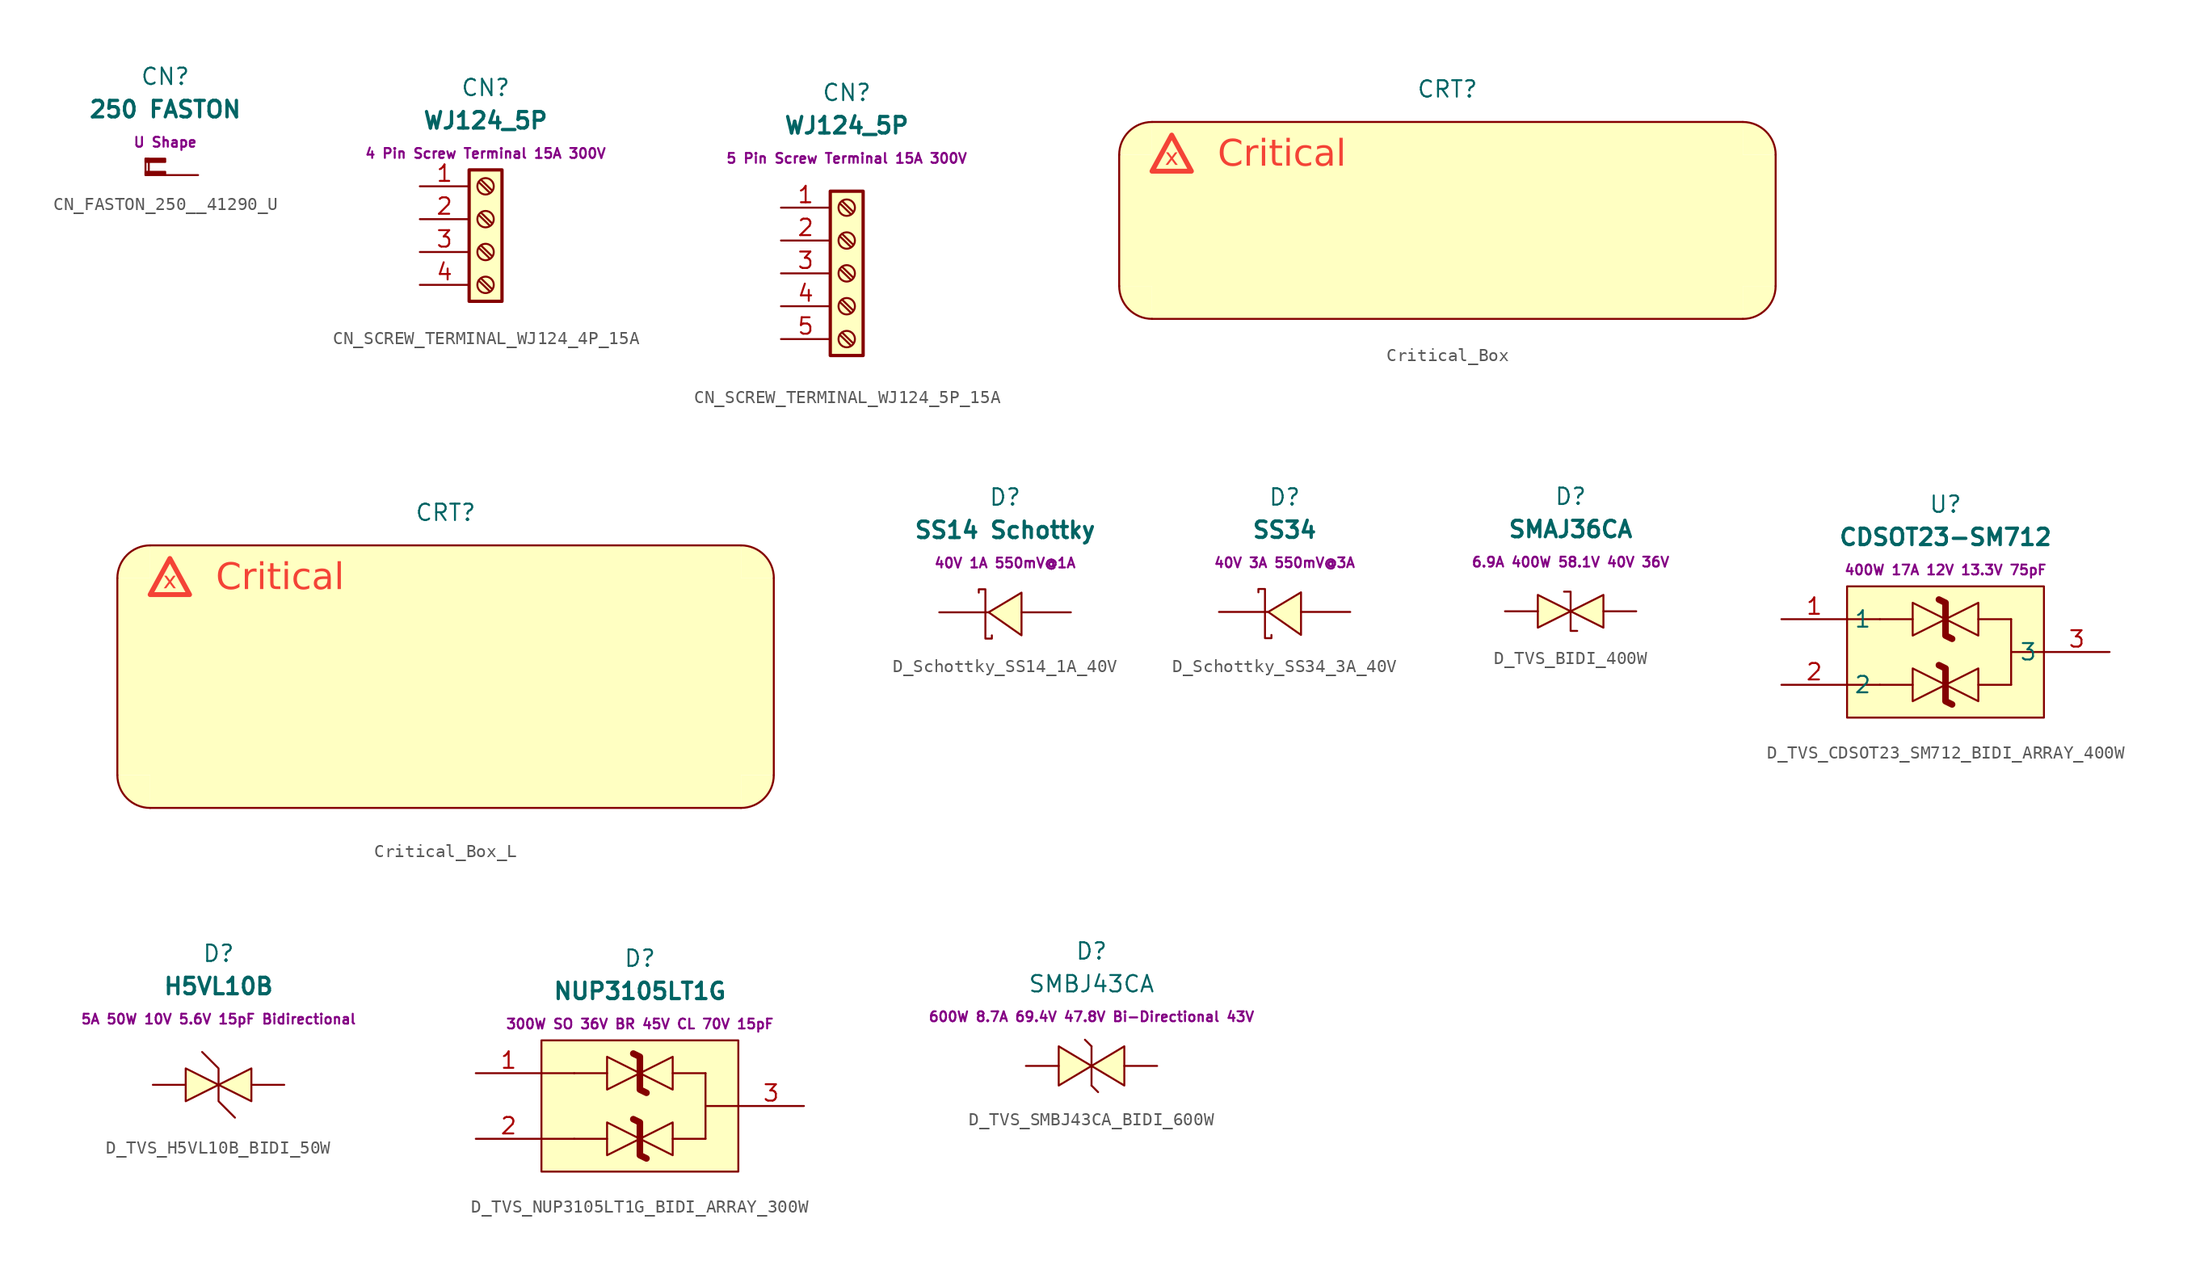
<source format=kicad_sym>
(kicad_symbol_lib
  (version 20231120)
  (generator "kicad_symbol_editor")
  (generator_version "8.0")
  (symbol "CN_FASTON_250__41290_U"
    (pin_numbers hide)
    (pin_names hide)
    (property "Reference" "CN"
      (at 0 7.62 0)
      (effects (font (size 1.27 1.27))))
    (property "Value" "250 FASTON"
      (at 0 5.08 0)
      (effects (font (size 1.27 1.27) (bold yes))))
    (property "Extra Values" "U Shape"
      (at 0 2.54 0)
      (effects (font (size 0.762 0.762) (bold yes))))
    (symbol "CN_FASTON_250__41290_U_1_1"
      (rectangle (start -1.524 0.254) (end 0 0) (stroke (width 0) (type default)) (fill (type outline)))
      (rectangle (start -1.524 1.27) (end -1.27 0) (stroke (width 0) (type default)) (fill (type none)))
      (rectangle (start -1.524 1.27) (end 0 1.016) (stroke (width 0) (type default)) (fill (type outline)))
      (pin passive line (at 2.54 0 180) (length 2.54) (name "1" (effects (font (size 1.27 1.27)))) (number "1" (effects (font (size 1.27 1.27)))))))
  (symbol "CN_SCREW_TERMINAL_WJ124_4P_15A"
    (pin_names hide)
    (property "Reference" "CN"
      (at 0 12.7 0)
      (effects (font (size 1.27 1.27))))
    (property "Value" "WJ124_5P"
      (at 0 10.16 0)
      (effects (font (size 1.27 1.27) (bold yes))))
    (property "Extra Values" "4 Pin Screw Terminal 15A 300V"
      (at 0 7.62 0)
      (effects (font (size 0.762 0.762) (bold yes))))
    (symbol "CN_SCREW_TERMINAL_WJ124_4P_15A_1_1"
      (rectangle (start -1.27 6.35) (end 1.27 -3.81) (stroke (width 0.254) (type default)) (fill (type background)))
      (circle (center 0 -2.54) (radius 0.635) (stroke (width 0.152) (type default)) (fill (type none)))
      (polyline (pts (xy -0.533 -2.21) (xy 0.33 -3.048)) (stroke (width 0.152) (type default)) (fill (type none)))
      (polyline (pts (xy -0.533 0.33) (xy 0.33 -0.508)) (stroke (width 0.152) (type default)) (fill (type none)))
      (polyline (pts (xy -0.533 2.87) (xy 0.33 2.032)) (stroke (width 0.152) (type default)) (fill (type none)))
      (polyline (pts (xy -0.533 5.41) (xy 0.33 4.572)) (stroke (width 0.152) (type default)) (fill (type none)))
      (polyline (pts (xy -0.356 -2.032) (xy 0.508 -2.87)) (stroke (width 0.152) (type default)) (fill (type none)))
      (polyline (pts (xy -0.356 0.508) (xy 0.508 -0.33)) (stroke (width 0.152) (type default)) (fill (type none)))
      (polyline (pts (xy -0.356 3.048) (xy 0.508 2.21)) (stroke (width 0.152) (type default)) (fill (type none)))
      (polyline (pts (xy -0.356 5.588) (xy 0.508 4.75)) (stroke (width 0.152) (type default)) (fill (type none)))
      (circle (center 0 0) (radius 0.635) (stroke (width 0.152) (type default)) (fill (type none)))
      (circle (center 0 2.54) (radius 0.635) (stroke (width 0.152) (type default)) (fill (type none)))
      (circle (center 0 5.08) (radius 0.635) (stroke (width 0.152) (type default)) (fill (type none)))
      (pin passive line (at -5.08 5.08 0) (length 3.81) (name "Pin_1" (effects (font (size 1.27 1.27)))) (number "1" (effects (font (size 1.27 1.27)))))
      (pin passive line (at -5.08 2.54 0) (length 3.81) (name "Pin_2" (effects (font (size 1.27 1.27)))) (number "2" (effects (font (size 1.27 1.27)))))
      (pin passive line (at -5.08 0 0) (length 3.81) (name "Pin_3" (effects (font (size 1.27 1.27)))) (number "3" (effects (font (size 1.27 1.27)))))
      (pin passive line (at -5.08 -2.54 0) (length 3.81) (name "Pin_4" (effects (font (size 1.27 1.27)))) (number "4" (effects (font (size 1.27 1.27)))))))
  (symbol "CN_SCREW_TERMINAL_WJ124_5P_15A"
    (pin_names hide)
    (property "Reference" "CN"
      (at 0 13.97 0)
      (effects (font (size 1.27 1.27))))
    (property "Value" "WJ124_5P"
      (at 0 11.43 0)
      (effects (font (size 1.27 1.27) (bold yes))))
    (property "Extra Values" "5 Pin Screw Terminal 15A 300V"
      (at 0 8.89 0)
      (effects (font (size 0.762 0.762) (bold yes))))
    (symbol "CN_SCREW_TERMINAL_WJ124_5P_15A_1_1"
      (rectangle (start -1.27 6.35) (end 1.27 -6.35) (stroke (width 0.254) (type default)) (fill (type background)))
      (circle (center 0 -5.08) (radius 0.635) (stroke (width 0.152) (type default)) (fill (type none)))
      (circle (center 0 -2.54) (radius 0.635) (stroke (width 0.152) (type default)) (fill (type none)))
      (polyline (pts (xy -0.533 -4.75) (xy 0.33 -5.588)) (stroke (width 0.152) (type default)) (fill (type none)))
      (polyline (pts (xy -0.533 -2.21) (xy 0.33 -3.048)) (stroke (width 0.152) (type default)) (fill (type none)))
      (polyline (pts (xy -0.533 0.33) (xy 0.33 -0.508)) (stroke (width 0.152) (type default)) (fill (type none)))
      (polyline (pts (xy -0.533 2.87) (xy 0.33 2.032)) (stroke (width 0.152) (type default)) (fill (type none)))
      (polyline (pts (xy -0.533 5.41) (xy 0.33 4.572)) (stroke (width 0.152) (type default)) (fill (type none)))
      (polyline (pts (xy -0.356 -4.572) (xy 0.508 -5.41)) (stroke (width 0.152) (type default)) (fill (type none)))
      (polyline (pts (xy -0.356 -2.032) (xy 0.508 -2.87)) (stroke (width 0.152) (type default)) (fill (type none)))
      (polyline (pts (xy -0.356 0.508) (xy 0.508 -0.33)) (stroke (width 0.152) (type default)) (fill (type none)))
      (polyline (pts (xy -0.356 3.048) (xy 0.508 2.21)) (stroke (width 0.152) (type default)) (fill (type none)))
      (polyline (pts (xy -0.356 5.588) (xy 0.508 4.75)) (stroke (width 0.152) (type default)) (fill (type none)))
      (circle (center 0 0) (radius 0.635) (stroke (width 0.152) (type default)) (fill (type none)))
      (circle (center 0 2.54) (radius 0.635) (stroke (width 0.152) (type default)) (fill (type none)))
      (circle (center 0 5.08) (radius 0.635) (stroke (width 0.152) (type default)) (fill (type none)))
      (pin passive line (at -5.08 5.08 0) (length 3.81) (name "Pin_1" (effects (font (size 1.27 1.27)))) (number "1" (effects (font (size 1.27 1.27)))))
      (pin passive line (at -5.08 2.54 0) (length 3.81) (name "Pin_2" (effects (font (size 1.27 1.27)))) (number "2" (effects (font (size 1.27 1.27)))))
      (pin passive line (at -5.08 0 0) (length 3.81) (name "Pin_3" (effects (font (size 1.27 1.27)))) (number "3" (effects (font (size 1.27 1.27)))))
      (pin passive line (at -5.08 -2.54 0) (length 3.81) (name "Pin_4" (effects (font (size 1.27 1.27)))) (number "4" (effects (font (size 1.27 1.27)))))
      (pin passive line (at -5.08 -5.08 0) (length 3.81) (name "Pin_5" (effects (font (size 1.27 1.27)))) (number "5" (effects (font (size 1.27 1.27)))))))
  (symbol "Critical_Box"
    (pin_numbers hide)
    (pin_names
      (offset 0) hide)
    (property "Reference" "CRT"
      (at 0 10.16 0)
      (effects (font (size 1.27 1.27))))
    (property "Value" ""
      (at -14.478 3.81 0)
      (effects (font (size 1.27 1.27))))
    (symbol "Critical_Box_1_1"
      (arc (start -25.3998 -5.0798) (mid -24.6559 -6.8759) (end -22.8598 -7.6198) (stroke (width 0) (type default)) (fill (type background)))
      (rectangle (start -25.4 5.08) (end 25.4 -5.08) (stroke (width -0.0001) (type default)) (fill (type background)))
      (arc (start -22.86 7.62) (mid -24.6561 6.8761) (end -25.4 5.08) (stroke (width 0) (type default)) (fill (type background)))
      (rectangle (start -22.86 7.62) (end 22.86 -7.62) (stroke (width -0.0001) (type default)) (fill (type background)))
      (polyline (pts (xy -25.4 5.08) (xy -25.4 -5.08)) (stroke (width 0) (type default)) (fill (type none)))
      (polyline (pts (xy -22.86 -7.62) (xy 22.86 -7.62)) (stroke (width 0) (type default)) (fill (type none)))
      (polyline (pts (xy 22.86 7.62) (xy -22.86 7.62)) (stroke (width 0) (type default)) (fill (type none)))
      (polyline (pts (xy 25.4 -5.08) (xy 25.4 5.08)) (stroke (width 0) (type default)) (fill (type none)))
      (polyline (pts (xy -22.86 3.81) (xy -21.336 6.604) (xy -19.812 3.81) (xy -22.86 3.81)) (stroke (width 0.381) (type default) (color 244 67 54 1)) (fill (type none)))
      (arc (start 22.86 -7.62) (mid 24.6561 -6.8761) (end 25.4 -5.08) (stroke (width 0) (type default)) (fill (type background)))
      (arc (start 25.4 5.08) (mid 24.6561 6.8761) (end 22.86 7.62) (stroke (width 0) (type default)) (fill (type background)))
      (text "Critical" (at -17.78 5.08 0) (effects (font (face "ING Me Headline") (size 2.032 2.032) (color 244 67 54 1)) (justify left)))
      (text "x" (at -21.336 4.826 0) (effects (font (face "ING Me Headline") (size 1.27 1.27) (color 244 67 54 1))))))
  (symbol "Critical_Box_L"
    (pin_numbers hide)
    (pin_names
      (offset 0) hide)
    (property "Reference" "CRT"
      (at 0 10.16 0)
      (effects (font (size 1.27 1.27))))
    (property "Value" ""
      (at -14.478 3.81 0)
      (effects (font (size 1.27 1.27))))
    (symbol "Critical_Box_L_1_1"
      (arc (start -25.3998 -10.1598) (mid -24.6559 -11.9559) (end -22.8598 -12.6998) (stroke (width 0) (type default)) (fill (type background)))
      (rectangle (start -25.4 5.08) (end 25.4 -10.16) (stroke (width -0.0001) (type default)) (fill (type background)))
      (arc (start -22.86 7.62) (mid -24.6561 6.8761) (end -25.4 5.08) (stroke (width 0) (type default)) (fill (type background)))
      (rectangle (start -22.86 7.62) (end 22.86 -12.7) (stroke (width -0.0001) (type default)) (fill (type background)))
      (polyline (pts (xy -25.4 5.08) (xy -25.4 -10.16)) (stroke (width 0) (type default)) (fill (type none)))
      (polyline (pts (xy -22.86 -12.7) (xy 22.86 -12.7)) (stroke (width 0) (type default)) (fill (type none)))
      (polyline (pts (xy 22.86 7.62) (xy -22.86 7.62)) (stroke (width 0) (type default)) (fill (type none)))
      (polyline (pts (xy 25.4 -10.16) (xy 25.4 5.08)) (stroke (width 0) (type default)) (fill (type none)))
      (polyline (pts (xy -22.86 3.81) (xy -21.336 6.604) (xy -19.812 3.81) (xy -22.86 3.81)) (stroke (width 0.381) (type default) (color 244 67 54 1)) (fill (type none)))
      (arc (start 22.86 -12.7) (mid 24.6561 -11.9561) (end 25.4 -10.16) (stroke (width 0) (type default)) (fill (type background)))
      (arc (start 25.4 5.08) (mid 24.6561 6.8761) (end 22.86 7.62) (stroke (width 0) (type default)) (fill (type background)))
      (text "Critical" (at -17.78 5.08 0) (effects (font (face "ING Me Headline") (size 2.032 2.032) (color 244 67 54 1)) (justify left)))
      (text "x" (at -21.336 4.826 0) (effects (font (face "ING Me Headline") (size 1.27 1.27) (color 244 67 54 1))))))
  (symbol "D_Schottky_SS14_1A_40V"
    (pin_numbers hide)
    (pin_names hide)
    (property "Reference" "D"
      (at 0 8.89 0)
      (effects (font (size 1.27 1.27))))
    (property "Value" "SS14 Schottky"
      (at 0 6.35 0)
      (effects (font (size 1.27 1.27) (bold yes))))
    (property "Extra Values" "40V 1A 550mV@1A"
      (at 0 3.81 0)
      (effects (font (size 0.762 0.762) (bold yes))))
    (symbol "D_Schottky_SS14_1A_40V_0_1"
      (polyline (pts (xy 1.27 1.52) (xy -1.27 0) (xy 1.27 -1.78) (xy 1.27 1.52)) (stroke (width 0) (type default)) (fill (type background)))
      (polyline (pts (xy -2.03 1.52) (xy -2.03 1.78) (xy -1.52 1.78) (xy -1.52 -2.03) (xy -1.02 -2.03) (xy -1.02 -1.78)) (stroke (width 0) (type default)) (fill (type none))))
    (symbol "D_Schottky_SS14_1A_40V_1_1"
      (pin passive line (at -5.08 0 0) (length 3.81) (name "K" (effects (font (size 1.27 1.27)))) (number "1" (effects (font (size 1.27 1.27)))))
      (pin passive line (at 5.08 0 180) (length 3.81) (name "A" (effects (font (size 1.27 1.27)))) (number "2" (effects (font (size 1.27 1.27)))))))
  (symbol "D_Schottky_SS34_3A_40V"
    (pin_numbers hide)
    (pin_names hide)
    (property "Reference" "D"
      (at 0 8.89 0)
      (effects (font (size 1.27 1.27))))
    (property "Value" "SS34"
      (at 0 6.35 0)
      (effects (font (size 1.27 1.27) (bold yes))))
    (property "Extra Values" "40V 3A 550mV@3A"
      (at 0 3.81 0)
      (effects (font (size 0.762 0.762) (bold yes))))
    (symbol "D_Schottky_SS34_3A_40V_0_1"
      (polyline (pts (xy 1.27 1.52) (xy -1.27 0) (xy 1.27 -1.78) (xy 1.27 1.52)) (stroke (width 0) (type default)) (fill (type background)))
      (polyline (pts (xy -2.03 1.52) (xy -2.03 1.78) (xy -1.52 1.78) (xy -1.52 -2.03) (xy -1.02 -2.03) (xy -1.02 -1.78)) (stroke (width 0) (type default)) (fill (type none))))
    (symbol "D_Schottky_SS34_3A_40V_1_1"
      (pin passive line (at -5.08 0 0) (length 3.81) (name "K" (effects (font (size 1.27 1.27)))) (number "1" (effects (font (size 1.27 1.27)))))
      (pin passive line (at 5.08 0 180) (length 3.81) (name "A" (effects (font (size 1.27 1.27)))) (number "2" (effects (font (size 1.27 1.27)))))))
  (symbol "D_TVS_BIDI_400W"
    (pin_numbers hide)
    (pin_names hide)
    (property "Reference" "D"
      (at 0 8.89 0)
      (effects (font (size 1.27 1.27))))
    (property "Value" "SMAJ36CA"
      (at 0 6.35 0)
      (effects (font (size 1.27 1.27) (bold yes))))
    (property "Extra Values" "6.9A 400W 58.1V 40V 36V"
      (at 0 3.81 0)
      (effects (font (size 0.762 0.762) (bold yes))))
    (symbol "D_TVS_BIDI_400W_0_1"
      (polyline (pts (xy -2.54 1.27) (xy 0 0) (xy -2.54 -1.27) (xy -2.54 1.27)) (stroke (width 0) (type default)) (fill (type background)))
      (polyline (pts (xy 2.54 1.27) (xy 0 0) (xy 2.54 -1.27) (xy 2.54 1.27)) (stroke (width 0) (type default)) (fill (type background)))
      (polyline (pts (xy -0.51 1.52) (xy -0.51 1.52) (xy 0 1.52) (xy 0 -1.52) (xy 0.51 -1.52) (xy 0.51 -1.52)) (stroke (width 0) (type default)) (fill (type none))))
    (symbol "D_TVS_BIDI_400W_1_1"
      (pin passive line (at -5.08 0 0) (length 2.54) (name "1" (effects (font (size 1.27 1.27)))) (number "1" (effects (font (size 1.27 1.27)))))
      (pin passive line (at 5.08 0 180) (length 2.54) (name "2" (effects (font (size 1.27 1.27)))) (number "2" (effects (font (size 1.27 1.27)))))))
  (symbol "D_TVS_CDSOT23_SM712_BIDI_ARRAY_400W"
    (property "Reference" "U"
      (at 0 11.43 0)
      (effects (font (size 1.27 1.27))))
    (property "Value" "CDSOT23-SM712"
      (at 0 8.89 0)
      (effects (font (size 1.27 1.27) (bold yes))))
    (property "Extra Values" "400W 17A 12V 13.3V 75pF"
      (at 0 6.35 0)
      (effects (font (size 0.762 0.762) (bold yes))))
    (symbol "D_TVS_CDSOT23_SM712_BIDI_ARRAY_400W_0_1"
      (polyline (pts (xy -7.62 -2.54) (xy -5.08 -2.54)) (stroke (width 0) (type default)) (fill (type none)))
      (polyline (pts (xy -7.62 2.54) (xy -5.08 2.54)) (stroke (width 0) (type default)) (fill (type none)))
      (polyline (pts (xy -2.54 -2.54) (xy -5.08 -2.54)) (stroke (width 0) (type default)) (fill (type none)))
      (polyline (pts (xy -2.54 2.54) (xy -5.08 2.54)) (stroke (width 0) (type default)) (fill (type none)))
      (polyline (pts (xy 5.08 -2.54) (xy 2.54 -2.54)) (stroke (width 0) (type default)) (fill (type none)))
      (polyline (pts (xy 5.08 0) (xy 7.62 0)) (stroke (width 0) (type default)) (fill (type none)))
      (polyline (pts (xy 5.08 2.54) (xy 2.54 2.54)) (stroke (width 0) (type default)) (fill (type none)))
      (polyline (pts (xy 5.08 2.54) (xy 5.08 -2.54)) (stroke (width 0) (type default)) (fill (type none)))
      (polyline (pts (xy -2.54 -1.27) (xy 0 -2.54) (xy -2.54 -3.81) (xy -2.54 -1.27)) (stroke (width 0) (type default)) (fill (type background)))
      (polyline (pts (xy -2.54 3.81) (xy 0 2.54) (xy -2.54 1.27) (xy -2.54 3.81)) (stroke (width 0) (type default)) (fill (type background)))
      (polyline (pts (xy 2.54 -1.27) (xy 0 -2.54) (xy 2.54 -3.81) (xy 2.54 -1.27)) (stroke (width 0) (type default)) (fill (type background)))
      (polyline (pts (xy 2.54 3.81) (xy 0 2.54) (xy 2.54 1.27) (xy 2.54 3.81)) (stroke (width 0) (type default)) (fill (type background)))
      (polyline (pts (xy -7.62 5.08) (xy 7.62 5.08) (xy 7.62 -5.08) (xy -7.62 -5.08) (xy -7.62 5.08)) (stroke (width 0) (type default)) (fill (type background))))
    (symbol "D_TVS_CDSOT23_SM712_BIDI_ARRAY_400W_1_1"
      (polyline (pts (xy -0.51 -1.02) (xy -0.51 -1.02) (xy 0 -1.27) (xy 0 -3.81) (xy 0.51 -4.06) (xy 0.51 -4.06)) (stroke (width 0.508) (type default)) (fill (type none)))
      (polyline (pts (xy -0.51 4.06) (xy -0.51 4.06) (xy 0 3.81) (xy 0 1.27) (xy 0.51 1.02) (xy 0.51 1.02)) (stroke (width 0.508) (type default)) (fill (type none)))
      (pin passive line (at -12.7 2.54 0) (length 5.08) (name "1" (effects (font (size 1.27 1.27)))) (number "1" (effects (font (size 1.27 1.27)))))
      (pin passive line (at -12.7 -2.54 0) (length 5.08) (name "2" (effects (font (size 1.27 1.27)))) (number "2" (effects (font (size 1.27 1.27)))))
      (pin power_in line (at 12.7 0 180) (length 5.08) (name "3" (effects (font (size 1.27 1.27)))) (number "3" (effects (font (size 1.27 1.27)))))))
  (symbol "D_TVS_H5VL10B_BIDI_50W"
    (pin_numbers hide)
    (pin_names hide)
    (property "Reference" "D"
      (at 0 10.16 0)
      (effects (font (size 1.27 1.27))))
    (property "Value" "H5VL10B"
      (at 0 7.62 0)
      (effects (font (size 1.27 1.27) (bold yes))))
    (property "Extra Values" "5A 50W 10V 5.6V 15pF Bidirectional"
      (at 0 5.08 0)
      (effects (font (size 0.762 0.762) (bold yes))))
    (symbol "D_TVS_H5VL10B_BIDI_50W_0_1"
      (polyline (pts (xy -2.54 1.27) (xy 0 0) (xy -2.54 -1.27) (xy -2.54 1.27)) (stroke (width 0) (type default)) (fill (type background)))
      (polyline (pts (xy -1.27 2.54) (xy 0 1.27) (xy 0 -1.27) (xy 1.27 -2.54)) (stroke (width 0) (type default)) (fill (type none)))
      (polyline (pts (xy 2.54 -1.27) (xy 0 0) (xy 2.54 1.27) (xy 2.54 -1.27)) (stroke (width 0) (type default)) (fill (type background))))
    (symbol "D_TVS_H5VL10B_BIDI_50W_1_1"
      (pin passive line (at -5.08 0 0) (length 2.54) (name "C" (effects (font (size 1.27 1.27)))) (number "1" (effects (font (size 1.27 1.27)))))
      (pin passive line (at 5.08 0 180) (length 2.54) (name "A" (effects (font (size 1.27 1.27)))) (number "2" (effects (font (size 1.27 1.27)))))))
  (symbol "D_TVS_NUP3105LT1G_BIDI_ARRAY_300W"
    (pin_names hide)
    (property "Reference" "D"
      (at 0 11.43 0)
      (effects (font (size 1.27 1.27))))
    (property "Value" "NUP3105LT1G"
      (at 0 8.89 0)
      (effects (font (size 1.27 1.27) (bold yes))))
    (property "Extra Values" "300W SO 36V BR 45V CL 70V 15pF"
      (at 0 6.35 0)
      (effects (font (size 0.762 0.762) (bold yes))))
    (symbol "D_TVS_NUP3105LT1G_BIDI_ARRAY_300W_0_1"
      (polyline (pts (xy -7.62 -2.54) (xy -5.08 -2.54)) (stroke (width 0) (type default)) (fill (type none)))
      (polyline (pts (xy -7.62 2.54) (xy -5.08 2.54)) (stroke (width 0) (type default)) (fill (type none)))
      (polyline (pts (xy -2.54 -2.54) (xy -5.08 -2.54)) (stroke (width 0) (type default)) (fill (type none)))
      (polyline (pts (xy -2.54 2.54) (xy -5.08 2.54)) (stroke (width 0) (type default)) (fill (type none)))
      (polyline (pts (xy 5.08 -2.54) (xy 2.54 -2.54)) (stroke (width 0) (type default)) (fill (type none)))
      (polyline (pts (xy 5.08 0) (xy 7.62 0)) (stroke (width 0) (type default)) (fill (type none)))
      (polyline (pts (xy 5.08 2.54) (xy 2.54 2.54)) (stroke (width 0) (type default)) (fill (type none)))
      (polyline (pts (xy 5.08 2.54) (xy 5.08 -2.54)) (stroke (width 0) (type default)) (fill (type none)))
      (polyline (pts (xy -2.54 -1.27) (xy 0 -2.54) (xy -2.54 -3.81) (xy -2.54 -1.27)) (stroke (width 0) (type default)) (fill (type background)))
      (polyline (pts (xy -2.54 3.81) (xy 0 2.54) (xy -2.54 1.27) (xy -2.54 3.81)) (stroke (width 0) (type default)) (fill (type background)))
      (polyline (pts (xy 2.54 -1.27) (xy 0 -2.54) (xy 2.54 -3.81) (xy 2.54 -1.27)) (stroke (width 0) (type default)) (fill (type background)))
      (polyline (pts (xy 2.54 3.81) (xy 0 2.54) (xy 2.54 1.27) (xy 2.54 3.81)) (stroke (width 0) (type default)) (fill (type background)))
      (polyline (pts (xy -7.62 5.08) (xy 7.62 5.08) (xy 7.62 -5.08) (xy -7.62 -5.08) (xy -7.62 5.08)) (stroke (width 0) (type default)) (fill (type background))))
    (symbol "D_TVS_NUP3105LT1G_BIDI_ARRAY_300W_1_1"
      (polyline (pts (xy -0.51 -1.02) (xy -0.51 -1.02) (xy 0 -1.27) (xy 0 -3.81) (xy 0.51 -4.06) (xy 0.51 -4.06)) (stroke (width 0.508) (type default)) (fill (type none)))
      (polyline (pts (xy -0.51 4.06) (xy -0.51 4.06) (xy 0 3.81) (xy 0 1.27) (xy 0.51 1.02) (xy 0.51 1.02)) (stroke (width 0.508) (type default)) (fill (type none)))
      (pin passive line (at -12.7 2.54 0) (length 5.08) (name "1" (effects (font (size 1.27 1.27)))) (number "1" (effects (font (size 1.27 1.27)))))
      (pin passive line (at -12.7 -2.54 0) (length 5.08) (name "2" (effects (font (size 1.27 1.27)))) (number "2" (effects (font (size 1.27 1.27)))))
      (pin power_in line (at 12.7 0 180) (length 5.08) (name "3" (effects (font (size 1.27 1.27)))) (number "3" (effects (font (size 1.27 1.27)))))))
  (symbol "D_TVS_SMBJ43CA_BIDI_600W"
    (pin_numbers hide)
    (pin_names hide)
    (property "Reference" "D"
      (at 0 8.89 0)
      (effects (font (size 1.27 1.27))))
    (property "Value" "SMBJ43CA"
      (at 0 6.35 0)
      (effects (font (size 1.27 1.27))))
    (property "Extra Values" "600W 8.7A 69.4V 47.8V Bi-Directional 43V"
      (at 0 3.81 0)
      (effects (font (size 0.762 0.762) (bold yes))))
    (symbol "D_TVS_SMBJ43CA_BIDI_600W_0_1"
      (polyline (pts (xy 0 -1.52) (xy 0 1.52)) (stroke (width 0) (type default)) (fill (type none)))
      (polyline (pts (xy 0 -1.52) (xy 0.51 -2.03) (xy 0 -1.52)) (stroke (width 0) (type default)) (fill (type background)))
      (polyline (pts (xy 0 1.52) (xy -0.51 2.03) (xy 0 1.52)) (stroke (width 0) (type default)) (fill (type background)))
      (polyline (pts (xy -2.54 1.52) (xy 0 0) (xy -2.54 -1.52) (xy -2.54 1.52)) (stroke (width 0) (type default)) (fill (type background)))
      (polyline (pts (xy 2.54 1.52) (xy 0 0) (xy 2.54 -1.52) (xy 2.54 1.52)) (stroke (width 0) (type default)) (fill (type background))))
    (symbol "D_TVS_SMBJ43CA_BIDI_600W_1_1"
      (pin passive line (at -5.08 0 0) (length 2.54) (name "1" (effects (font (size 1.27 1.27)))) (number "1" (effects (font (size 1.27 1.27)))))
      (pin passive line (at 5.08 0 180) (length 2.54) (name "2" (effects (font (size 1.27 1.27)))) (number "2" (effects (font (size 1.27 1.27))))))))
</source>
